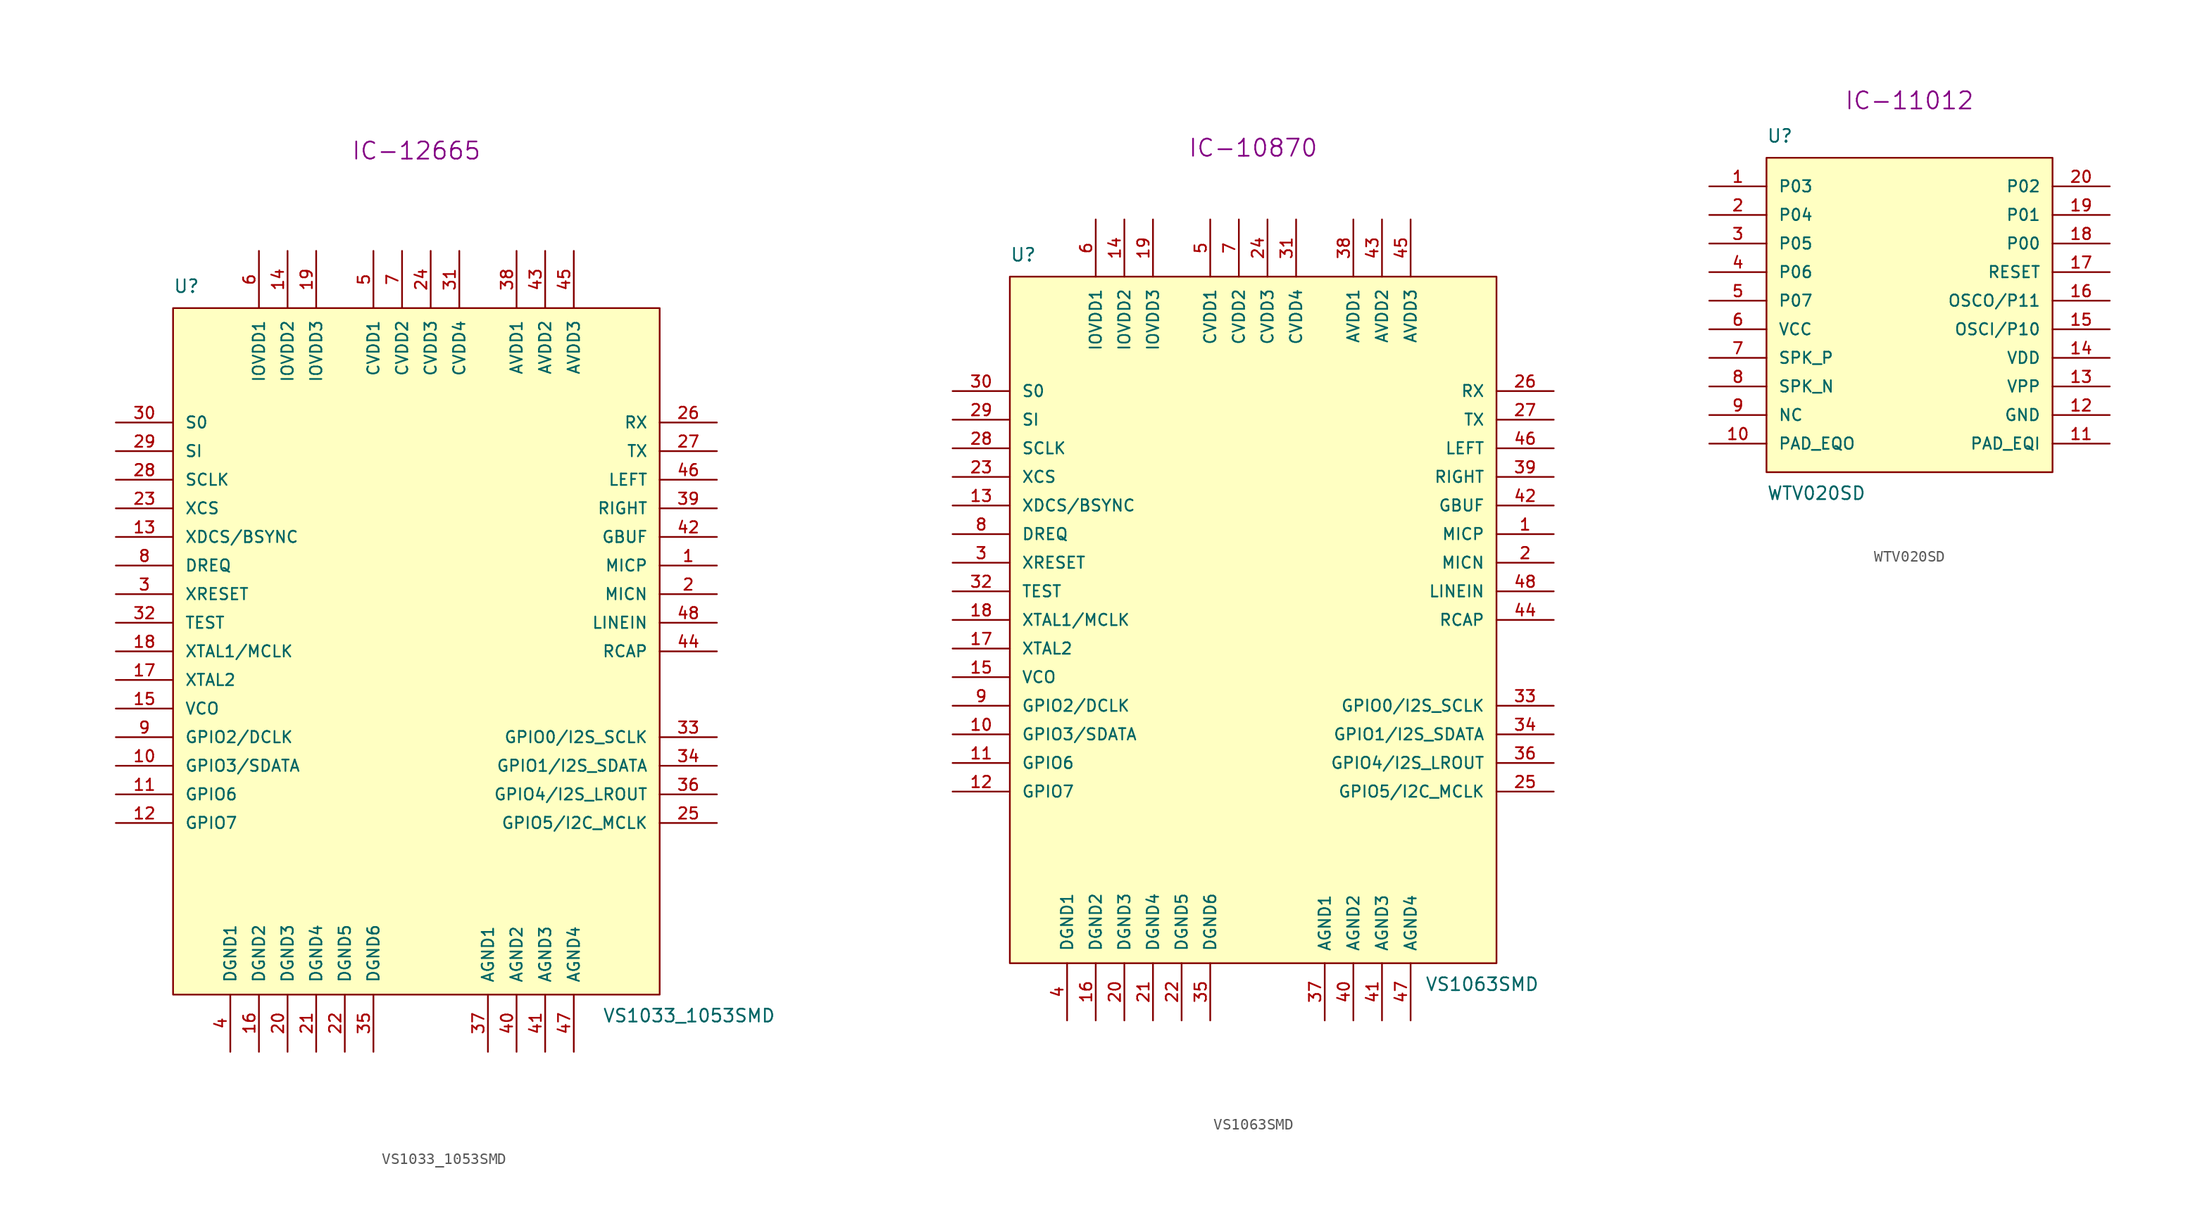
<source format=kicad_sym>
(kicad_symbol_lib
  (version 20201005)
  (generator kicad_symbol_editor)
  (symbol "VS1033_1053SMD"
    (pin_names
      (offset 1.016))
    (property "Reference" "U"
      (at -21.59 31.75 0)
      (effects (font (size 1.143 1.143)) (justify left bottom)))
    (property "Value" "VS1033_1053SMD"
      (at 16.51 -33.02 0)
      (effects (font (size 1.143 1.143)) (justify left bottom)))
    (property "Field4" "IC-12665"
      (at 0 44.45 0)
      (effects (font (size 1.524 1.524))))
    (property "ki_locked" ""
      (at 0 0 0)
      (effects (font (size 1.27 1.27))))
    (symbol "VS1033_1053SMD_1_1"
      (polyline (pts (xy -21.59 -30.48) (xy 21.59 -30.48) (xy 21.59 30.48) (xy -21.59 30.48) (xy -21.59 -30.48)) (stroke (width 0)) (fill (type background)))
      (pin bidirectional line (at 26.67 7.62 180) (length 5.08) (name "MICP" (effects (font (size 1.016 1.016)))) (number "1" (effects (font (size 1.016 1.016)))))
      (pin bidirectional line (at 26.67 5.08 180) (length 5.08) (name "MICN" (effects (font (size 1.016 1.016)))) (number "2" (effects (font (size 1.016 1.016)))))
      (pin bidirectional line (at -26.67 5.08 0) (length 5.08) (name "XRESET" (effects (font (size 1.016 1.016)))) (number "3" (effects (font (size 1.016 1.016)))))
      (pin bidirectional line (at -16.51 -35.56 90) (length 5.08) (name "DGND1" (effects (font (size 1.016 1.016)))) (number "4" (effects (font (size 1.016 1.016)))))
      (pin bidirectional line (at -3.81 35.56 270) (length 5.08) (name "CVDD1" (effects (font (size 1.016 1.016)))) (number "5" (effects (font (size 1.016 1.016)))))
      (pin bidirectional line (at -13.97 35.56 270) (length 5.08) (name "IOVDD1" (effects (font (size 1.016 1.016)))) (number "6" (effects (font (size 1.016 1.016)))))
      (pin bidirectional line (at -1.27 35.56 270) (length 5.08) (name "CVDD2" (effects (font (size 1.016 1.016)))) (number "7" (effects (font (size 1.016 1.016)))))
      (pin bidirectional line (at -26.67 7.62 0) (length 5.08) (name "DREQ" (effects (font (size 1.016 1.016)))) (number "8" (effects (font (size 1.016 1.016)))))
      (pin bidirectional line (at -26.67 -7.62 0) (length 5.08) (name "GPIO2/DCLK" (effects (font (size 1.016 1.016)))) (number "9" (effects (font (size 1.016 1.016)))))
      (pin bidirectional line (at -26.67 -10.16 0) (length 5.08) (name "GPIO3/SDATA" (effects (font (size 1.016 1.016)))) (number "10" (effects (font (size 1.016 1.016)))))
      (pin bidirectional line (at -11.43 -35.56 90) (length 5.08) (name "DGND3" (effects (font (size 1.016 1.016)))) (number "20" (effects (font (size 1.016 1.016)))))
      (pin bidirectional line (at -26.67 20.32 0) (length 5.08) (name "S0" (effects (font (size 1.016 1.016)))) (number "30" (effects (font (size 1.016 1.016)))))
      (pin bidirectional line (at 8.89 -35.56 90) (length 5.08) (name "AGND2" (effects (font (size 1.016 1.016)))) (number "40" (effects (font (size 1.016 1.016)))))
      (pin bidirectional line (at -26.67 -12.7 0) (length 5.08) (name "GPIO6" (effects (font (size 1.016 1.016)))) (number "11" (effects (font (size 1.016 1.016)))))
      (pin bidirectional line (at -8.89 -35.56 90) (length 5.08) (name "DGND4" (effects (font (size 1.016 1.016)))) (number "21" (effects (font (size 1.016 1.016)))))
      (pin bidirectional line (at 3.81 35.56 270) (length 5.08) (name "CVDD4" (effects (font (size 1.016 1.016)))) (number "31" (effects (font (size 1.016 1.016)))))
      (pin bidirectional line (at 11.43 -35.56 90) (length 5.08) (name "AGND3" (effects (font (size 1.016 1.016)))) (number "41" (effects (font (size 1.016 1.016)))))
      (pin bidirectional line (at -26.67 -15.24 0) (length 5.08) (name "GPIO7" (effects (font (size 1.016 1.016)))) (number "12" (effects (font (size 1.016 1.016)))))
      (pin bidirectional line (at -6.35 -35.56 90) (length 5.08) (name "DGND5" (effects (font (size 1.016 1.016)))) (number "22" (effects (font (size 1.016 1.016)))))
      (pin bidirectional line (at -26.67 2.54 0) (length 5.08) (name "TEST" (effects (font (size 1.016 1.016)))) (number "32" (effects (font (size 1.016 1.016)))))
      (pin bidirectional line (at 26.67 10.16 180) (length 5.08) (name "GBUF" (effects (font (size 1.016 1.016)))) (number "42" (effects (font (size 1.016 1.016)))))
      (pin bidirectional line (at -26.67 10.16 0) (length 5.08) (name "XDCS/BSYNC" (effects (font (size 1.016 1.016)))) (number "13" (effects (font (size 1.016 1.016)))))
      (pin bidirectional line (at -26.67 12.7 0) (length 5.08) (name "XCS" (effects (font (size 1.016 1.016)))) (number "23" (effects (font (size 1.016 1.016)))))
      (pin bidirectional line (at 26.67 -7.62 180) (length 5.08) (name "GPIO0/I2S_SCLK" (effects (font (size 1.016 1.016)))) (number "33" (effects (font (size 1.016 1.016)))))
      (pin bidirectional line (at 11.43 35.56 270) (length 5.08) (name "AVDD2" (effects (font (size 1.016 1.016)))) (number "43" (effects (font (size 1.016 1.016)))))
      (pin bidirectional line (at -11.43 35.56 270) (length 5.08) (name "IOVDD2" (effects (font (size 1.016 1.016)))) (number "14" (effects (font (size 1.016 1.016)))))
      (pin bidirectional line (at 1.27 35.56 270) (length 5.08) (name "CVDD3" (effects (font (size 1.016 1.016)))) (number "24" (effects (font (size 1.016 1.016)))))
      (pin bidirectional line (at 26.67 -10.16 180) (length 5.08) (name "GPIO1/I2S_SDATA" (effects (font (size 1.016 1.016)))) (number "34" (effects (font (size 1.016 1.016)))))
      (pin bidirectional line (at 26.67 0 180) (length 5.08) (name "RCAP" (effects (font (size 1.016 1.016)))) (number "44" (effects (font (size 1.016 1.016)))))
      (pin bidirectional line (at -26.67 -5.08 0) (length 5.08) (name "VCO" (effects (font (size 1.016 1.016)))) (number "15" (effects (font (size 1.016 1.016)))))
      (pin bidirectional line (at 26.67 -15.24 180) (length 5.08) (name "GPIO5/I2C_MCLK" (effects (font (size 1.016 1.016)))) (number "25" (effects (font (size 1.016 1.016)))))
      (pin bidirectional line (at -3.81 -35.56 90) (length 5.08) (name "DGND6" (effects (font (size 1.016 1.016)))) (number "35" (effects (font (size 1.016 1.016)))))
      (pin bidirectional line (at 13.97 35.56 270) (length 5.08) (name "AVDD3" (effects (font (size 1.016 1.016)))) (number "45" (effects (font (size 1.016 1.016)))))
      (pin bidirectional line (at -13.97 -35.56 90) (length 5.08) (name "DGND2" (effects (font (size 1.016 1.016)))) (number "16" (effects (font (size 1.016 1.016)))))
      (pin bidirectional line (at 26.67 20.32 180) (length 5.08) (name "RX" (effects (font (size 1.016 1.016)))) (number "26" (effects (font (size 1.016 1.016)))))
      (pin bidirectional line (at 26.67 -12.7 180) (length 5.08) (name "GPIO4/I2S_LROUT" (effects (font (size 1.016 1.016)))) (number "36" (effects (font (size 1.016 1.016)))))
      (pin bidirectional line (at 26.67 15.24 180) (length 5.08) (name "LEFT" (effects (font (size 1.016 1.016)))) (number "46" (effects (font (size 1.016 1.016)))))
      (pin bidirectional line (at -26.67 -2.54 0) (length 5.08) (name "XTAL2" (effects (font (size 1.016 1.016)))) (number "17" (effects (font (size 1.016 1.016)))))
      (pin bidirectional line (at 26.67 17.78 180) (length 5.08) (name "TX" (effects (font (size 1.016 1.016)))) (number "27" (effects (font (size 1.016 1.016)))))
      (pin bidirectional line (at 6.35 -35.56 90) (length 5.08) (name "AGND1" (effects (font (size 1.016 1.016)))) (number "37" (effects (font (size 1.016 1.016)))))
      (pin bidirectional line (at 13.97 -35.56 90) (length 5.08) (name "AGND4" (effects (font (size 1.016 1.016)))) (number "47" (effects (font (size 1.016 1.016)))))
      (pin bidirectional line (at -26.67 0 0) (length 5.08) (name "XTAL1/MCLK" (effects (font (size 1.016 1.016)))) (number "18" (effects (font (size 1.016 1.016)))))
      (pin bidirectional line (at -26.67 15.24 0) (length 5.08) (name "SCLK" (effects (font (size 1.016 1.016)))) (number "28" (effects (font (size 1.016 1.016)))))
      (pin bidirectional line (at 8.89 35.56 270) (length 5.08) (name "AVDD1" (effects (font (size 1.016 1.016)))) (number "38" (effects (font (size 1.016 1.016)))))
      (pin bidirectional line (at 26.67 2.54 180) (length 5.08) (name "LINEIN" (effects (font (size 1.016 1.016)))) (number "48" (effects (font (size 1.016 1.016)))))
      (pin bidirectional line (at -8.89 35.56 270) (length 5.08) (name "IOVDD3" (effects (font (size 1.016 1.016)))) (number "19" (effects (font (size 1.016 1.016)))))
      (pin bidirectional line (at -26.67 17.78 0) (length 5.08) (name "SI" (effects (font (size 1.016 1.016)))) (number "29" (effects (font (size 1.016 1.016)))))
      (pin bidirectional line (at 26.67 12.7 180) (length 5.08) (name "RIGHT" (effects (font (size 1.016 1.016)))) (number "39" (effects (font (size 1.016 1.016)))))))
  (symbol "VS1063SMD"
    (pin_names
      (offset 1.016))
    (property "Reference" "U"
      (at -21.59 31.75 0)
      (effects (font (size 1.143 1.143)) (justify left bottom)))
    (property "Value" "VS1063SMD"
      (at 15.24 -33.02 0)
      (effects (font (size 1.143 1.143)) (justify left bottom)))
    (property "Field4" "IC-10870"
      (at 0 41.91 0)
      (effects (font (size 1.524 1.524))))
    (property "ki_locked" ""
      (at 0 0 0)
      (effects (font (size 1.27 1.27))))
    (symbol "VS1063SMD_1_1"
      (polyline (pts (xy -21.59 -30.48) (xy 21.59 -30.48) (xy 21.59 30.48) (xy -21.59 30.48) (xy -21.59 -30.48)) (stroke (width 0)) (fill (type background)))
      (pin bidirectional line (at 26.67 7.62 180) (length 5.08) (name "MICP" (effects (font (size 1.016 1.016)))) (number "1" (effects (font (size 1.016 1.016)))))
      (pin bidirectional line (at 26.67 5.08 180) (length 5.08) (name "MICN" (effects (font (size 1.016 1.016)))) (number "2" (effects (font (size 1.016 1.016)))))
      (pin bidirectional line (at -26.67 5.08 0) (length 5.08) (name "XRESET" (effects (font (size 1.016 1.016)))) (number "3" (effects (font (size 1.016 1.016)))))
      (pin bidirectional line (at -16.51 -35.56 90) (length 5.08) (name "DGND1" (effects (font (size 1.016 1.016)))) (number "4" (effects (font (size 1.016 1.016)))))
      (pin bidirectional line (at -3.81 35.56 270) (length 5.08) (name "CVDD1" (effects (font (size 1.016 1.016)))) (number "5" (effects (font (size 1.016 1.016)))))
      (pin bidirectional line (at -13.97 35.56 270) (length 5.08) (name "IOVDD1" (effects (font (size 1.016 1.016)))) (number "6" (effects (font (size 1.016 1.016)))))
      (pin bidirectional line (at -1.27 35.56 270) (length 5.08) (name "CVDD2" (effects (font (size 1.016 1.016)))) (number "7" (effects (font (size 1.016 1.016)))))
      (pin bidirectional line (at -26.67 7.62 0) (length 5.08) (name "DREQ" (effects (font (size 1.016 1.016)))) (number "8" (effects (font (size 1.016 1.016)))))
      (pin bidirectional line (at -26.67 -7.62 0) (length 5.08) (name "GPIO2/DCLK" (effects (font (size 1.016 1.016)))) (number "9" (effects (font (size 1.016 1.016)))))
      (pin bidirectional line (at -26.67 -10.16 0) (length 5.08) (name "GPIO3/SDATA" (effects (font (size 1.016 1.016)))) (number "10" (effects (font (size 1.016 1.016)))))
      (pin bidirectional line (at -11.43 -35.56 90) (length 5.08) (name "DGND3" (effects (font (size 1.016 1.016)))) (number "20" (effects (font (size 1.016 1.016)))))
      (pin bidirectional line (at -26.67 20.32 0) (length 5.08) (name "S0" (effects (font (size 1.016 1.016)))) (number "30" (effects (font (size 1.016 1.016)))))
      (pin bidirectional line (at 8.89 -35.56 90) (length 5.08) (name "AGND2" (effects (font (size 1.016 1.016)))) (number "40" (effects (font (size 1.016 1.016)))))
      (pin bidirectional line (at -26.67 -12.7 0) (length 5.08) (name "GPIO6" (effects (font (size 1.016 1.016)))) (number "11" (effects (font (size 1.016 1.016)))))
      (pin bidirectional line (at -8.89 -35.56 90) (length 5.08) (name "DGND4" (effects (font (size 1.016 1.016)))) (number "21" (effects (font (size 1.016 1.016)))))
      (pin bidirectional line (at 3.81 35.56 270) (length 5.08) (name "CVDD4" (effects (font (size 1.016 1.016)))) (number "31" (effects (font (size 1.016 1.016)))))
      (pin bidirectional line (at 11.43 -35.56 90) (length 5.08) (name "AGND3" (effects (font (size 1.016 1.016)))) (number "41" (effects (font (size 1.016 1.016)))))
      (pin bidirectional line (at -26.67 -15.24 0) (length 5.08) (name "GPIO7" (effects (font (size 1.016 1.016)))) (number "12" (effects (font (size 1.016 1.016)))))
      (pin bidirectional line (at -6.35 -35.56 90) (length 5.08) (name "DGND5" (effects (font (size 1.016 1.016)))) (number "22" (effects (font (size 1.016 1.016)))))
      (pin bidirectional line (at -26.67 2.54 0) (length 5.08) (name "TEST" (effects (font (size 1.016 1.016)))) (number "32" (effects (font (size 1.016 1.016)))))
      (pin bidirectional line (at 26.67 10.16 180) (length 5.08) (name "GBUF" (effects (font (size 1.016 1.016)))) (number "42" (effects (font (size 1.016 1.016)))))
      (pin bidirectional line (at -26.67 10.16 0) (length 5.08) (name "XDCS/BSYNC" (effects (font (size 1.016 1.016)))) (number "13" (effects (font (size 1.016 1.016)))))
      (pin bidirectional line (at -26.67 12.7 0) (length 5.08) (name "XCS" (effects (font (size 1.016 1.016)))) (number "23" (effects (font (size 1.016 1.016)))))
      (pin bidirectional line (at 26.67 -7.62 180) (length 5.08) (name "GPIO0/I2S_SCLK" (effects (font (size 1.016 1.016)))) (number "33" (effects (font (size 1.016 1.016)))))
      (pin bidirectional line (at 11.43 35.56 270) (length 5.08) (name "AVDD2" (effects (font (size 1.016 1.016)))) (number "43" (effects (font (size 1.016 1.016)))))
      (pin bidirectional line (at -11.43 35.56 270) (length 5.08) (name "IOVDD2" (effects (font (size 1.016 1.016)))) (number "14" (effects (font (size 1.016 1.016)))))
      (pin bidirectional line (at 1.27 35.56 270) (length 5.08) (name "CVDD3" (effects (font (size 1.016 1.016)))) (number "24" (effects (font (size 1.016 1.016)))))
      (pin bidirectional line (at 26.67 -10.16 180) (length 5.08) (name "GPIO1/I2S_SDATA" (effects (font (size 1.016 1.016)))) (number "34" (effects (font (size 1.016 1.016)))))
      (pin bidirectional line (at 26.67 0 180) (length 5.08) (name "RCAP" (effects (font (size 1.016 1.016)))) (number "44" (effects (font (size 1.016 1.016)))))
      (pin bidirectional line (at -26.67 -5.08 0) (length 5.08) (name "VCO" (effects (font (size 1.016 1.016)))) (number "15" (effects (font (size 1.016 1.016)))))
      (pin bidirectional line (at 26.67 -15.24 180) (length 5.08) (name "GPIO5/I2C_MCLK" (effects (font (size 1.016 1.016)))) (number "25" (effects (font (size 1.016 1.016)))))
      (pin bidirectional line (at -3.81 -35.56 90) (length 5.08) (name "DGND6" (effects (font (size 1.016 1.016)))) (number "35" (effects (font (size 1.016 1.016)))))
      (pin bidirectional line (at 13.97 35.56 270) (length 5.08) (name "AVDD3" (effects (font (size 1.016 1.016)))) (number "45" (effects (font (size 1.016 1.016)))))
      (pin bidirectional line (at -13.97 -35.56 90) (length 5.08) (name "DGND2" (effects (font (size 1.016 1.016)))) (number "16" (effects (font (size 1.016 1.016)))))
      (pin bidirectional line (at 26.67 20.32 180) (length 5.08) (name "RX" (effects (font (size 1.016 1.016)))) (number "26" (effects (font (size 1.016 1.016)))))
      (pin bidirectional line (at 26.67 -12.7 180) (length 5.08) (name "GPIO4/I2S_LROUT" (effects (font (size 1.016 1.016)))) (number "36" (effects (font (size 1.016 1.016)))))
      (pin bidirectional line (at 26.67 15.24 180) (length 5.08) (name "LEFT" (effects (font (size 1.016 1.016)))) (number "46" (effects (font (size 1.016 1.016)))))
      (pin bidirectional line (at -26.67 -2.54 0) (length 5.08) (name "XTAL2" (effects (font (size 1.016 1.016)))) (number "17" (effects (font (size 1.016 1.016)))))
      (pin bidirectional line (at 26.67 17.78 180) (length 5.08) (name "TX" (effects (font (size 1.016 1.016)))) (number "27" (effects (font (size 1.016 1.016)))))
      (pin bidirectional line (at 6.35 -35.56 90) (length 5.08) (name "AGND1" (effects (font (size 1.016 1.016)))) (number "37" (effects (font (size 1.016 1.016)))))
      (pin bidirectional line (at 13.97 -35.56 90) (length 5.08) (name "AGND4" (effects (font (size 1.016 1.016)))) (number "47" (effects (font (size 1.016 1.016)))))
      (pin bidirectional line (at -26.67 0 0) (length 5.08) (name "XTAL1/MCLK" (effects (font (size 1.016 1.016)))) (number "18" (effects (font (size 1.016 1.016)))))
      (pin bidirectional line (at -26.67 15.24 0) (length 5.08) (name "SCLK" (effects (font (size 1.016 1.016)))) (number "28" (effects (font (size 1.016 1.016)))))
      (pin bidirectional line (at 8.89 35.56 270) (length 5.08) (name "AVDD1" (effects (font (size 1.016 1.016)))) (number "38" (effects (font (size 1.016 1.016)))))
      (pin bidirectional line (at 26.67 2.54 180) (length 5.08) (name "LINEIN" (effects (font (size 1.016 1.016)))) (number "48" (effects (font (size 1.016 1.016)))))
      (pin bidirectional line (at -8.89 35.56 270) (length 5.08) (name "IOVDD3" (effects (font (size 1.016 1.016)))) (number "19" (effects (font (size 1.016 1.016)))))
      (pin bidirectional line (at -26.67 17.78 0) (length 5.08) (name "SI" (effects (font (size 1.016 1.016)))) (number "29" (effects (font (size 1.016 1.016)))))
      (pin bidirectional line (at 26.67 12.7 180) (length 5.08) (name "RIGHT" (effects (font (size 1.016 1.016)))) (number "39" (effects (font (size 1.016 1.016)))))))
  (symbol "WTV020SD"
    (pin_names
      (offset 1.016))
    (property "Reference" "U"
      (at -12.7 15.24 0)
      (effects (font (size 1.143 1.143)) (justify left bottom)))
    (property "Value" "WTV020SD"
      (at -12.7 -16.51 0)
      (effects (font (size 1.143 1.143)) (justify left bottom)))
    (property "Field4" "IC-11012"
      (at 0 19.05 0)
      (effects (font (size 1.524 1.524))))
    (property "ki_locked" ""
      (at 0 0 0)
      (effects (font (size 1.27 1.27))))
    (symbol "WTV020SD_1_1"
      (polyline (pts (xy -12.7 13.97) (xy -12.7 -13.97) (xy 12.7 -13.97) (xy 12.7 13.97) (xy -12.7 13.97)) (stroke (width 0)) (fill (type background)))
      (pin bidirectional line (at -17.78 11.43 0) (length 5.08) (name "P03" (effects (font (size 1.016 1.016)))) (number "1" (effects (font (size 1.016 1.016)))))
      (pin bidirectional line (at -17.78 8.89 0) (length 5.08) (name "P04" (effects (font (size 1.016 1.016)))) (number "2" (effects (font (size 1.016 1.016)))))
      (pin bidirectional line (at -17.78 6.35 0) (length 5.08) (name "P05" (effects (font (size 1.016 1.016)))) (number "3" (effects (font (size 1.016 1.016)))))
      (pin bidirectional line (at -17.78 3.81 0) (length 5.08) (name "P06" (effects (font (size 1.016 1.016)))) (number "4" (effects (font (size 1.016 1.016)))))
      (pin bidirectional line (at -17.78 1.27 0) (length 5.08) (name "P07" (effects (font (size 1.016 1.016)))) (number "5" (effects (font (size 1.016 1.016)))))
      (pin bidirectional line (at -17.78 -1.27 0) (length 5.08) (name "VCC" (effects (font (size 1.016 1.016)))) (number "6" (effects (font (size 1.016 1.016)))))
      (pin bidirectional line (at -17.78 -3.81 0) (length 5.08) (name "SPK_P" (effects (font (size 1.016 1.016)))) (number "7" (effects (font (size 1.016 1.016)))))
      (pin bidirectional line (at -17.78 -6.35 0) (length 5.08) (name "SPK_N" (effects (font (size 1.016 1.016)))) (number "8" (effects (font (size 1.016 1.016)))))
      (pin bidirectional line (at -17.78 -8.89 0) (length 5.08) (name "NC" (effects (font (size 1.016 1.016)))) (number "9" (effects (font (size 1.016 1.016)))))
      (pin bidirectional line (at -17.78 -11.43 0) (length 5.08) (name "PAD_EQO" (effects (font (size 1.016 1.016)))) (number "10" (effects (font (size 1.016 1.016)))))
      (pin bidirectional line (at 17.78 11.43 180) (length 5.08) (name "P02" (effects (font (size 1.016 1.016)))) (number "20" (effects (font (size 1.016 1.016)))))
      (pin bidirectional line (at 17.78 -11.43 180) (length 5.08) (name "PAD_EQI" (effects (font (size 1.016 1.016)))) (number "11" (effects (font (size 1.016 1.016)))))
      (pin bidirectional line (at 17.78 -8.89 180) (length 5.08) (name "GND" (effects (font (size 1.016 1.016)))) (number "12" (effects (font (size 1.016 1.016)))))
      (pin bidirectional line (at 17.78 -6.35 180) (length 5.08) (name "VPP" (effects (font (size 1.016 1.016)))) (number "13" (effects (font (size 1.016 1.016)))))
      (pin bidirectional line (at 17.78 -3.81 180) (length 5.08) (name "VDD" (effects (font (size 1.016 1.016)))) (number "14" (effects (font (size 1.016 1.016)))))
      (pin bidirectional line (at 17.78 -1.27 180) (length 5.08) (name "OSCI/P10" (effects (font (size 1.016 1.016)))) (number "15" (effects (font (size 1.016 1.016)))))
      (pin bidirectional line (at 17.78 1.27 180) (length 5.08) (name "OSCO/P11" (effects (font (size 1.016 1.016)))) (number "16" (effects (font (size 1.016 1.016)))))
      (pin bidirectional line (at 17.78 3.81 180) (length 5.08) (name "RESET" (effects (font (size 1.016 1.016)))) (number "17" (effects (font (size 1.016 1.016)))))
      (pin bidirectional line (at 17.78 6.35 180) (length 5.08) (name "P00" (effects (font (size 1.016 1.016)))) (number "18" (effects (font (size 1.016 1.016)))))
      (pin bidirectional line (at 17.78 8.89 180) (length 5.08) (name "P01" (effects (font (size 1.016 1.016)))) (number "19" (effects (font (size 1.016 1.016))))))))
</source>
